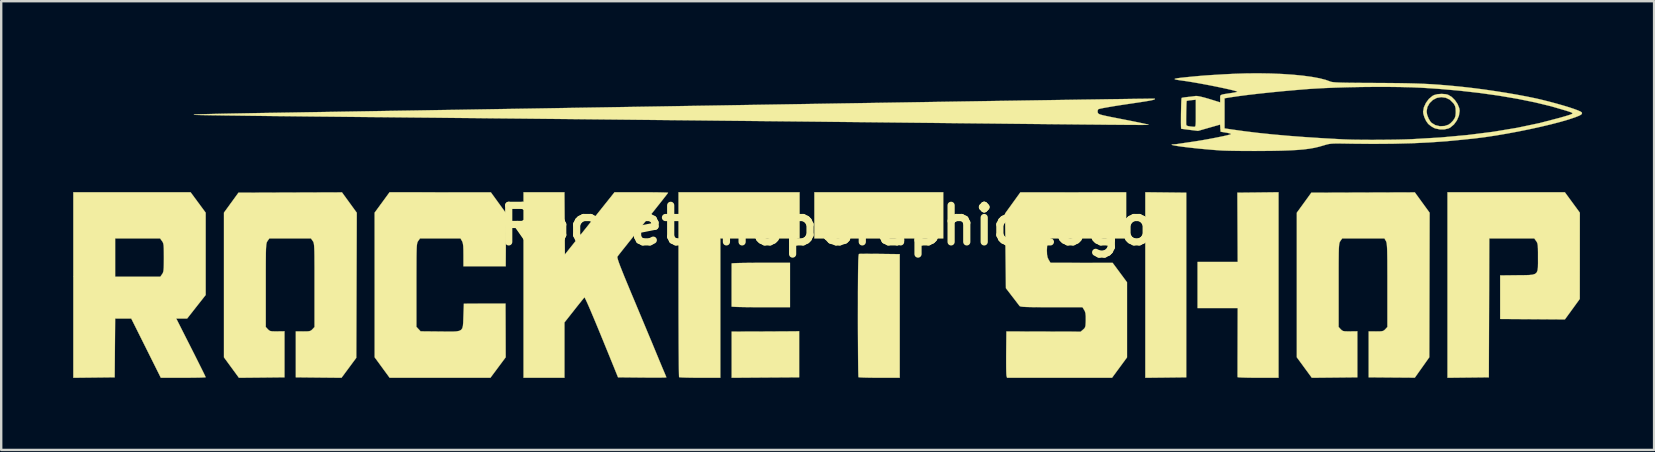
<source format=kicad_pcb>
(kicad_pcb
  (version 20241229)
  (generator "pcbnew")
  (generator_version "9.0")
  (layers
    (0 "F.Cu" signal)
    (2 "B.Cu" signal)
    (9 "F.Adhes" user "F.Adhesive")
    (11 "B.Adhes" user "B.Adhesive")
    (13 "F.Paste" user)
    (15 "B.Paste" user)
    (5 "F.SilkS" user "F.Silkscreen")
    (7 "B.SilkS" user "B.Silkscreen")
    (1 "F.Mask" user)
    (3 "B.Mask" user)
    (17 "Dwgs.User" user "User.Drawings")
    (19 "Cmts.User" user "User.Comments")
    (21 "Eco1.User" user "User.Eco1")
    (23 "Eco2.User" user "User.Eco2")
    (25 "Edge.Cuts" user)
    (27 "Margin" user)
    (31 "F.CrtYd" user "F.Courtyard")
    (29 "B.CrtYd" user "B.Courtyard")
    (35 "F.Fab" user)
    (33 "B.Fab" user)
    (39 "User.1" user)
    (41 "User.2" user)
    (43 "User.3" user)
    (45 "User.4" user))
  (footprint "RocketShopGraphicLogo"
    (layer "F.Cu")
    (at 31.392 6.34)
    (property "Reference" "RocketShopGraphicLogo" (at 0 0 0) (layer "F.SilkS") (effects (font (size 1.524 1.524) (thickness 0.3))))
    (attr through_hole)
    (fp_poly (pts (xy 4.862 0.544) (xy -0.508 0.544) (xy -0.508 -1.379) (xy 4.862 -1.379) (xy 4.862 0.544)) (stroke (width 0.01) (type solid)) (fill yes) (layer "F.SilkS"))
    (fp_poly (pts (xy 14.988 -1.361) (xy 14.988 2.486) (xy 14.987 6.332) (xy 14.134 6.342) (xy 13.281 6.351) (xy 13.281 -1.38) (xy 14.988 -1.361)) (stroke (width 0.01) (type solid)) (fill yes) (layer "F.SilkS"))
    (fp_poly (pts (xy -1.143 6.332) (xy -2.549 6.341) (xy -3.955 6.351) (xy -3.955 4.427) (xy -2.64 4.423) (xy -2.334 4.421) (xy -2.049 4.42) (xy -1.792 4.419) (xy -1.574 4.417) (xy -1.402 4.416) (xy -1.285 4.415) (xy -1.234 4.413) (xy -1.143 4.409) (xy -1.143 6.332)) (stroke (width 0.01) (type solid)) (fill yes) (layer "F.SilkS"))
    (fp_poly (pts (xy -1.125 0.544) (xy -4.427 0.544) (xy -4.427 6.35) (xy -5.274 6.35) (xy -5.514 6.349) (xy -5.731 6.346) (xy -5.912 6.342) (xy -6.048 6.336) (xy -6.128 6.33) (xy -6.144 6.326) (xy -6.148 6.287) (xy -6.151 6.18) (xy -6.154 6.011) (xy -6.157 5.783) (xy -6.159 5.501) (xy -6.162 5.171) (xy -6.164 4.797) (xy -6.165 4.383) (xy -6.167 3.935) (xy -6.168 3.457) (xy -6.168 2.955) (xy -6.169 2.461) (xy -6.169 -1.379) (xy -1.125 -1.379) (xy -1.125 0.544)) (stroke (width 0.01) (type solid)) (fill yes) (layer "F.SilkS"))
    (fp_poly (pts (xy 18.832 6.35) (xy 17.98 6.35) (xy 17.739 6.349) (xy 17.525 6.346) (xy 17.347 6.341) (xy 17.215 6.335) (xy 17.139 6.328) (xy 17.125 6.323) (xy 17.125 6.282) (xy 17.124 6.176) (xy 17.125 6.013) (xy 17.125 5.802) (xy 17.125 5.55) (xy 17.126 5.266) (xy 17.127 4.956) (xy 17.127 4.871) (xy 17.131 3.447) (xy 15.458 3.447) (xy 15.458 1.524) (xy 17.131 1.524) (xy 17.124 0.082) (xy 17.117 -1.361) (xy 17.975 -1.37) (xy 18.832 -1.38) (xy 18.832 6.35)) (stroke (width 0.01) (type solid)) (fill yes) (layer "F.SilkS"))
    (fp_poly (pts (xy -1.524 3.411) (xy -2.74 3.411) (xy -3.028 3.41) (xy -3.293 3.408) (xy -3.524 3.404) (xy -3.715 3.4) (xy -3.855 3.394) (xy -3.938 3.388) (xy -3.957 3.384) (xy -3.957 3.344) (xy -3.957 3.244) (xy -3.957 3.095) (xy -3.957 2.91) (xy -3.957 2.701) (xy -3.957 2.48) (xy -3.957 2.26) (xy -3.957 2.051) (xy -3.956 1.867) (xy -3.956 1.719) (xy -3.956 1.62) (xy -3.955 1.587) (xy -3.921 1.581) (xy -3.821 1.575) (xy -3.666 1.57) (xy -3.464 1.566) (xy -3.223 1.563) (xy -2.951 1.561) (xy -2.74 1.56) (xy -1.524 1.56) (xy -1.524 3.411)) (stroke (width 0.01) (type solid)) (fill yes) (layer "F.SilkS"))
    (fp_poly (pts (xy 31.387 -0.527) (xy 31.386 1.269) (xy 31.385 3.066) (xy 31.075 3.493) (xy 30.764 3.92) (xy 29.416 3.91) (xy 28.067 3.901) (xy 28.067 2.086) (xy 28.786 2.078) (xy 29.057 2.076) (xy 29.264 2.071) (xy 29.416 2.056) (xy 29.521 2.023) (xy 29.588 1.966) (xy 29.625 1.876) (xy 29.641 1.747) (xy 29.645 1.571) (xy 29.644 1.339) (xy 29.644 1.332) (xy 29.644 1.114) (xy 29.641 0.956) (xy 29.635 0.845) (xy 29.623 0.768) (xy 29.604 0.713) (xy 29.577 0.668) (xy 29.566 0.652) (xy 29.487 0.544) (xy 27.614 0.544) (xy 27.605 3.438) (xy 27.595 6.332) (xy 25.872 6.351) (xy 25.872 -1.379) (xy 30.763 -1.379) (xy 31.387 -0.527)) (stroke (width 0.01) (type solid)) (fill yes) (layer "F.SilkS"))
    (fp_poly (pts (xy 1.87 1.187) (xy 2.099 1.188) (xy 2.223 1.19) (xy 3.048 1.2) (xy 3.048 6.35) (xy 2.201 6.35) (xy 1.96 6.349) (xy 1.744 6.346) (xy 1.563 6.342) (xy 1.427 6.336) (xy 1.347 6.33) (xy 1.33 6.326) (xy 1.326 6.286) (xy 1.323 6.18) (xy 1.319 6.013) (xy 1.316 5.791) (xy 1.313 5.52) (xy 1.311 5.206) (xy 1.309 4.855) (xy 1.307 4.472) (xy 1.306 4.063) (xy 1.306 3.753) (xy 1.307 3.242) (xy 1.307 2.798) (xy 1.309 2.419) (xy 1.311 2.1) (xy 1.314 1.836) (xy 1.318 1.624) (xy 1.322 1.46) (xy 1.328 1.339) (xy 1.335 1.256) (xy 1.343 1.209) (xy 1.352 1.192) (xy 1.352 1.192) (xy 1.4 1.189) (xy 1.509 1.187) (xy 1.67 1.186) (xy 1.87 1.187)) (stroke (width 0.01) (type solid)) (fill yes) (layer "F.SilkS"))
    (fp_poly (pts (xy -25.872 -0.528) (xy -25.872 2.902) (xy -26.259 3.393) (xy -26.645 3.883) (xy -27.098 3.883) (xy -26.485 5.094) (xy -26.346 5.368) (xy -26.219 5.622) (xy -26.106 5.847) (xy -26.011 6.038) (xy -25.938 6.186) (xy -25.891 6.285) (xy -25.872 6.327) (xy -25.872 6.328) (xy -25.906 6.334) (xy -26.004 6.339) (xy -26.155 6.344) (xy -26.35 6.347) (xy -26.579 6.349) (xy -26.806 6.35) (xy -27.741 6.35) (xy -28.357 5.116) (xy -28.973 3.883) (xy -29.644 3.883) (xy -29.664 6.332) (xy -31.387 6.351) (xy -31.387 0.544) (xy -29.645 0.544) (xy -29.645 2.141) (xy -27.764 2.141) (xy -27.688 2.035) (xy -27.66 1.99) (xy -27.64 1.937) (xy -27.627 1.865) (xy -27.619 1.761) (xy -27.615 1.612) (xy -27.613 1.407) (xy -27.613 1.345) (xy -27.614 1.124) (xy -27.617 0.963) (xy -27.623 0.85) (xy -27.635 0.772) (xy -27.653 0.716) (xy -27.679 0.671) (xy -27.693 0.652) (xy -27.772 0.544) (xy -29.645 0.544) (xy -31.387 0.544) (xy -31.387 -1.379) (xy -26.5 -1.379) (xy -25.872 -0.528)) (stroke (width 0.01) (type solid)) (fill yes) (layer "F.SilkS"))
    (fp_poly (pts (xy -13.988 -1.375) (xy -13.672 -0.939) (xy -13.355 -0.503) (xy -13.363 0.601) (xy -13.37 1.705) (xy -15.131 1.705) (xy -15.131 1.23) (xy -15.133 1.022) (xy -15.139 0.872) (xy -15.152 0.767) (xy -15.172 0.693) (xy -15.193 0.65) (xy -15.256 0.544) (xy -16.94 0.544) (xy -17.016 0.65) (xy -17.033 0.676) (xy -17.047 0.706) (xy -17.059 0.746) (xy -17.068 0.802) (xy -17.076 0.882) (xy -17.081 0.991) (xy -17.085 1.136) (xy -17.088 1.324) (xy -17.089 1.56) (xy -17.09 1.851) (xy -17.091 2.204) (xy -17.091 2.492) (xy -17.091 4.228) (xy -17.003 4.322) (xy -16.916 4.416) (xy -16.104 4.424) (xy -15.817 4.427) (xy -15.594 4.428) (xy -15.427 4.419) (xy -15.308 4.397) (xy -15.228 4.355) (xy -15.179 4.288) (xy -15.153 4.189) (xy -15.141 4.055) (xy -15.135 3.877) (xy -15.131 3.768) (xy -15.113 3.262) (xy -14.245 3.261) (xy -13.378 3.26) (xy -13.374 4.379) (xy -13.371 5.497) (xy -14.006 6.35) (xy -18.207 6.35) (xy -18.519 5.924) (xy -18.831 5.497) (xy -18.831 2.484) (xy -18.832 -0.529) (xy -18.521 -0.954) (xy -18.21 -1.379) (xy -13.988 -1.375)) (stroke (width 0.01) (type solid)) (fill yes) (layer "F.SilkS"))
    (fp_poly (pts (xy 12.482 0.544) (xy 9.331 0.544) (xy 9.256 0.666) (xy 9.212 0.759) (xy 9.188 0.873) (xy 9.18 1.03) (xy 9.18 1.052) (xy 9.186 1.217) (xy 9.208 1.334) (xy 9.25 1.428) (xy 9.256 1.438) (xy 9.331 1.56) (xy 10.626 1.562) (xy 11.92 1.563) (xy 12.219 1.967) (xy 12.519 2.372) (xy 12.519 5.502) (xy 12.207 5.926) (xy 11.895 6.35) (xy 7.52 6.35) (xy 7.498 6.268) (xy 7.492 6.21) (xy 7.487 6.091) (xy 7.484 5.921) (xy 7.483 5.711) (xy 7.483 5.474) (xy 7.484 5.304) (xy 7.493 4.421) (xy 10.588 4.429) (xy 10.691 4.341) (xy 10.742 4.293) (xy 10.773 4.242) (xy 10.79 4.169) (xy 10.797 4.056) (xy 10.8 3.946) (xy 10.799 3.78) (xy 10.788 3.666) (xy 10.764 3.582) (xy 10.733 3.525) (xy 10.661 3.411) (xy 9.371 3.411) (xy 9.023 3.41) (xy 8.74 3.409) (xy 8.517 3.406) (xy 8.345 3.402) (xy 8.22 3.396) (xy 8.133 3.388) (xy 8.078 3.378) (xy 8.048 3.365) (xy 8.041 3.359) (xy 8.004 3.31) (xy 7.933 3.218) (xy 7.839 3.095) (xy 7.737 2.963) (xy 7.473 2.619) (xy 7.438 -0.494) (xy 8.074 -1.375) (xy 12.482 -1.379) (xy 12.482 0.544)) (stroke (width 0.01) (type solid)) (fill yes) (layer "F.SilkS"))
    (fp_poly (pts (xy -19.885 -0.951) (xy -19.576 -0.526) (xy -19.596 5.519) (xy -19.904 5.935) (xy -20.212 6.351) (xy -21.164 6.342) (xy -22.116 6.332) (xy -22.116 4.418) (xy -21.813 4.42) (xy -21.661 4.419) (xy -21.563 4.411) (xy -21.499 4.392) (xy -21.45 4.356) (xy -21.423 4.328) (xy -21.336 4.235) (xy -21.336 2.495) (xy -21.336 2.095) (xy -21.336 1.76) (xy -21.338 1.486) (xy -21.339 1.264) (xy -21.342 1.09) (xy -21.347 0.956) (xy -21.353 0.856) (xy -21.361 0.784) (xy -21.371 0.733) (xy -21.383 0.696) (xy -21.398 0.668) (xy -21.411 0.65) (xy -21.486 0.544) (xy -23.218 0.544) (xy -23.293 0.65) (xy -23.31 0.676) (xy -23.325 0.706) (xy -23.336 0.746) (xy -23.346 0.802) (xy -23.353 0.882) (xy -23.359 0.991) (xy -23.363 1.136) (xy -23.365 1.323) (xy -23.367 1.559) (xy -23.368 1.85) (xy -23.368 2.202) (xy -23.368 2.495) (xy -23.368 4.235) (xy -23.282 4.328) (xy -23.233 4.374) (xy -23.181 4.402) (xy -23.105 4.415) (xy -22.988 4.418) (xy -22.891 4.418) (xy -22.588 4.414) (xy -22.588 6.332) (xy -23.537 6.342) (xy -24.487 6.351) (xy -25.11 5.5) (xy -25.11 -0.53) (xy -24.808 -0.945) (xy -24.506 -1.361) (xy -22.349 -1.368) (xy -20.193 -1.375) (xy -19.885 -0.951)) (stroke (width 0.01) (type solid)) (fill yes) (layer "F.SilkS"))
    (fp_poly (pts (xy 24.819 -0.951) (xy 25.128 -0.526) (xy 25.121 2.486) (xy 25.114 5.497) (xy 24.813 5.922) (xy 24.511 6.347) (xy 23.549 6.34) (xy 22.588 6.332) (xy 22.588 4.418) (xy 22.891 4.42) (xy 23.043 4.419) (xy 23.141 4.411) (xy 23.205 4.392) (xy 23.254 4.356) (xy 23.281 4.328) (xy 23.368 4.235) (xy 23.368 2.495) (xy 23.368 2.091) (xy 23.367 1.754) (xy 23.366 1.476) (xy 23.363 1.252) (xy 23.36 1.074) (xy 23.355 0.938) (xy 23.348 0.836) (xy 23.34 0.762) (xy 23.33 0.709) (xy 23.317 0.672) (xy 23.306 0.65) (xy 23.243 0.544) (xy 21.486 0.544) (xy 21.411 0.65) (xy 21.394 0.676) (xy 21.379 0.706) (xy 21.368 0.746) (xy 21.358 0.802) (xy 21.351 0.882) (xy 21.345 0.991) (xy 21.341 1.136) (xy 21.339 1.323) (xy 21.337 1.559) (xy 21.336 1.85) (xy 21.336 2.202) (xy 21.336 2.495) (xy 21.336 4.235) (xy 21.422 4.328) (xy 21.471 4.374) (xy 21.523 4.402) (xy 21.599 4.415) (xy 21.716 4.418) (xy 21.813 4.418) (xy 22.116 4.414) (xy 22.116 6.332) (xy 21.168 6.342) (xy 20.219 6.351) (xy 19.907 5.925) (xy 19.594 5.498) (xy 19.594 -0.527) (xy 20.199 -1.361) (xy 22.355 -1.368) (xy 24.511 -1.375) (xy 24.819 -0.951)) (stroke (width 0.01) (type solid)) (fill yes) (layer "F.SilkS"))
    (fp_poly (pts (xy 25.8 -5.465) (xy 25.897 -5.441) (xy 26.045 -5.353) (xy 26.183 -5.217) (xy 26.293 -5.054) (xy 26.363 -4.883) (xy 26.379 -4.772) (xy 26.349 -4.57) (xy 26.265 -4.373) (xy 26.14 -4.202) (xy 25.986 -4.075) (xy 25.918 -4.04) (xy 25.747 -3.999) (xy 25.551 -3.999) (xy 25.364 -4.038) (xy 25.309 -4.06) (xy 25.19 -4.13) (xy 25.082 -4.216) (xy 25.066 -4.232) (xy 24.983 -4.348) (xy 24.912 -4.497) (xy 24.866 -4.646) (xy 24.856 -4.731) (xy 24.859 -4.748) (xy 25.002 -4.748) (xy 25.002 -4.746) (xy 25.025 -4.605) (xy 25.085 -4.451) (xy 25.165 -4.319) (xy 25.211 -4.27) (xy 25.37 -4.174) (xy 25.559 -4.13) (xy 25.757 -4.141) (xy 25.915 -4.195) (xy 25.999 -4.256) (xy 26.089 -4.347) (xy 26.115 -4.379) (xy 26.175 -4.47) (xy 26.205 -4.561) (xy 26.216 -4.682) (xy 26.216 -4.735) (xy 26.211 -4.874) (xy 26.188 -4.972) (xy 26.139 -5.06) (xy 26.115 -5.092) (xy 25.971 -5.236) (xy 25.802 -5.317) (xy 25.617 -5.342) (xy 25.432 -5.313) (xy 25.264 -5.226) (xy 25.127 -5.094) (xy 25.035 -4.93) (xy 25.002 -4.748) (xy 24.859 -4.748) (xy 24.888 -4.915) (xy 24.973 -5.101) (xy 25.096 -5.267) (xy 25.245 -5.392) (xy 25.317 -5.43) (xy 25.458 -5.466) (xy 25.632 -5.478) (xy 25.8 -5.465)) (stroke (width 0.01) (type solid)) (fill yes) (layer "F.SilkS"))
    (fp_poly (pts (xy -10.913 -0.083) (xy -10.904 1.213) (xy -9.87 -0.083) (xy -8.836 -1.379) (xy -7.72 -1.379) (xy -7.444 -1.378) (xy -7.192 -1.377) (xy -6.975 -1.374) (xy -6.799 -1.37) (xy -6.675 -1.366) (xy -6.611 -1.361) (xy -6.604 -1.359) (xy -6.626 -1.328) (xy -6.689 -1.246) (xy -6.789 -1.118) (xy -6.92 -0.952) (xy -7.079 -0.751) (xy -7.261 -0.523) (xy -7.461 -0.273) (xy -7.639 -0.051) (xy -7.853 0.215) (xy -8.053 0.466) (xy -8.236 0.695) (xy -8.396 0.896) (xy -8.529 1.063) (xy -8.629 1.19) (xy -8.692 1.272) (xy -8.713 1.3) (xy -8.718 1.327) (xy -8.709 1.377) (xy -8.687 1.456) (xy -8.648 1.57) (xy -8.591 1.722) (xy -8.513 1.918) (xy -8.414 2.164) (xy -8.29 2.463) (xy -8.141 2.822) (xy -8.053 3.031) (xy -7.91 3.372) (xy -7.772 3.703) (xy -7.641 4.015) (xy -7.521 4.302) (xy -7.416 4.554) (xy -7.328 4.764) (xy -7.261 4.923) (xy -7.22 5.024) (xy -7.219 5.026) (xy -7.14 5.217) (xy -7.052 5.429) (xy -6.972 5.624) (xy -6.956 5.661) (xy -6.888 5.824) (xy -6.821 5.985) (xy -6.765 6.116) (xy -6.753 6.144) (xy -6.71 6.246) (xy -6.682 6.316) (xy -6.677 6.335) (xy -6.711 6.339) (xy -6.809 6.342) (xy -6.962 6.344) (xy -7.159 6.344) (xy -7.392 6.344) (xy -7.651 6.342) (xy -7.683 6.342) (xy -8.69 6.332) (xy -8.837 5.969) (xy -9.08 5.372) (xy -9.297 4.841) (xy -9.487 4.378) (xy -9.652 3.981) (xy -9.791 3.651) (xy -9.903 3.389) (xy -9.99 3.194) (xy -10.05 3.066) (xy -10.084 3.006) (xy -10.091 3.001) (xy -10.122 3.038) (xy -10.19 3.122) (xy -10.287 3.243) (xy -10.406 3.392) (xy -10.521 3.538) (xy -10.922 4.046) (xy -10.922 5.198) (xy -10.922 6.35) (xy -12.627 6.35) (xy -12.627 -1.379) (xy -10.923 -1.379) (xy -10.913 -0.083)) (stroke (width 0.01) (type solid)) (fill yes) (layer "F.SilkS"))
    (fp_poly (pts (xy 13.674 -5.279) (xy 13.681 -5.264) (xy 13.666 -5.249) (xy 13.623 -5.232) (xy 13.545 -5.213) (xy 13.426 -5.19) (xy 13.26 -5.162) (xy 13.039 -5.128) (xy 12.758 -5.086) (xy 12.503 -5.048) (xy 12.222 -5.006) (xy 11.964 -4.965) (xy 11.737 -4.926) (xy 11.55 -4.893) (xy 11.413 -4.865) (xy 11.333 -4.845) (xy 11.318 -4.838) (xy 11.293 -4.772) (xy 11.298 -4.706) (xy 11.308 -4.679) (xy 11.327 -4.656) (xy 11.363 -4.634) (xy 11.426 -4.611) (xy 11.522 -4.586) (xy 11.66 -4.555) (xy 11.847 -4.516) (xy 12.093 -4.468) (xy 12.291 -4.429) (xy 12.552 -4.378) (xy 12.793 -4.33) (xy 13.004 -4.287) (xy 13.174 -4.251) (xy 13.294 -4.225) (xy 13.353 -4.21) (xy 13.353 -4.21) (xy 13.365 -4.207) (xy 13.379 -4.204) (xy 13.393 -4.201) (xy 13.406 -4.198) (xy 13.415 -4.195) (xy 13.418 -4.193) (xy 13.413 -4.191) (xy 13.398 -4.189) (xy 13.37 -4.188) (xy 13.328 -4.187) (xy 13.269 -4.186) (xy 13.192 -4.185) (xy 13.093 -4.185) (xy 12.972 -4.185) (xy 12.826 -4.186) (xy 12.652 -4.186) (xy 12.449 -4.188) (xy 12.215 -4.19) (xy 11.947 -4.192) (xy 11.643 -4.194) (xy 11.302 -4.198) (xy 10.92 -4.201) (xy 10.497 -4.205) (xy 10.029 -4.21) (xy 9.515 -4.215) (xy 8.953 -4.221) (xy 8.34 -4.227) (xy 7.674 -4.234) (xy 6.953 -4.242) (xy 6.176 -4.25) (xy 5.339 -4.259) (xy 4.442 -4.269) (xy 3.48 -4.279) (xy 2.454 -4.29) (xy 1.36 -4.302) (xy 0.196 -4.314) (xy -0.236 -4.319) (xy -1.271 -4.33) (xy -2.323 -4.341) (xy -3.389 -4.352) (xy -4.463 -4.363) (xy -5.54 -4.375) (xy -6.617 -4.386) (xy -7.689 -4.397) (xy -8.75 -4.408) (xy -9.796 -4.419) (xy -10.824 -4.43) (xy -11.827 -4.44) (xy -12.802 -4.45) (xy -13.744 -4.459) (xy -14.648 -4.469) (xy -15.51 -4.477) (xy -16.325 -4.486) (xy -17.088 -4.493) (xy -17.795 -4.5) (xy -18.442 -4.507) (xy -19.023 -4.512) (xy -19.322 -4.515) (xy -20.004 -4.522) (xy -20.673 -4.529) (xy -21.323 -4.535) (xy -21.952 -4.542) (xy -22.556 -4.549) (xy -23.129 -4.555) (xy -23.667 -4.562) (xy -24.168 -4.568) (xy -24.625 -4.574) (xy -25.036 -4.579) (xy -25.396 -4.585) (xy -25.7 -4.589) (xy -25.946 -4.594) (xy -26.127 -4.597) (xy -26.241 -4.601) (xy -26.253 -4.601) (xy -26.334 -4.605) (xy -26.368 -4.61) (xy -26.352 -4.615) (xy -26.283 -4.62) (xy -26.161 -4.626) (xy -25.982 -4.632) (xy -25.745 -4.638) (xy -25.448 -4.645) (xy -25.089 -4.653) (xy -24.666 -4.661) (xy -24.176 -4.67) (xy -23.618 -4.68) (xy -22.989 -4.69) (xy -22.933 -4.691) (xy -22.626 -4.696) (xy -22.25 -4.702) (xy -21.807 -4.71) (xy -21.301 -4.718) (xy -20.735 -4.727) (xy -20.112 -4.738) (xy -19.435 -4.749) (xy -18.707 -4.761) (xy -17.931 -4.774) (xy -17.11 -4.787) (xy -16.247 -4.802) (xy -15.346 -4.816) (xy -14.409 -4.832) (xy -13.44 -4.848) (xy -12.442 -4.864) (xy -11.417 -4.881) (xy -10.369 -4.899) (xy -9.301 -4.916) (xy -8.216 -4.934) (xy -7.117 -4.952) (xy -6.008 -4.971) (xy -4.89 -4.989) (xy -3.768 -5.008) (xy -2.669 -5.026) (xy -1.585 -5.044) (xy -0.518 -5.061) (xy 0.527 -5.079) (xy 1.55 -5.095) (xy 2.548 -5.111) (xy 3.518 -5.127) (xy 4.458 -5.142) (xy 5.366 -5.157) (xy 6.24 -5.171) (xy 7.077 -5.184) (xy 7.875 -5.196) (xy 8.632 -5.208) (xy 9.345 -5.219) (xy 10.012 -5.229) (xy 10.631 -5.239) (xy 11.2 -5.247) (xy 11.716 -5.255) (xy 12.177 -5.261) (xy 12.581 -5.267) (xy 12.925 -5.272) (xy 13.207 -5.275) (xy 13.425 -5.278) (xy 13.576 -5.279) (xy 13.659 -5.279) (xy 13.674 -5.279)) (stroke (width 0.01) (type solid)) (fill yes) (layer "F.SilkS"))
    (fp_poly (pts (xy 18.511 -6.327) (xy 18.986 -6.307) (xy 19.433 -6.277) (xy 19.846 -6.237) (xy 20.217 -6.187) (xy 20.537 -6.128) (xy 20.799 -6.061) (xy 20.964 -6.001) (xy 21.002 -5.987) (xy 21.052 -5.975) (xy 21.121 -5.965) (xy 21.214 -5.957) (xy 21.339 -5.951) (xy 21.501 -5.946) (xy 21.706 -5.942) (xy 21.962 -5.939) (xy 22.274 -5.936) (xy 22.65 -5.934) (xy 22.878 -5.933) (xy 23.377 -5.93) (xy 23.814 -5.926) (xy 24.202 -5.919) (xy 24.551 -5.91) (xy 24.874 -5.898) (xy 25.182 -5.882) (xy 25.486 -5.862) (xy 25.797 -5.837) (xy 26.128 -5.807) (xy 26.49 -5.771) (xy 26.525 -5.767) (xy 26.946 -5.719) (xy 27.397 -5.661) (xy 27.862 -5.593) (xy 28.327 -5.52) (xy 28.774 -5.443) (xy 29.19 -5.365) (xy 29.558 -5.289) (xy 29.754 -5.244) (xy 30.083 -5.162) (xy 30.394 -5.079) (xy 30.68 -4.998) (xy 30.934 -4.921) (xy 31.147 -4.85) (xy 31.313 -4.788) (xy 31.424 -4.738) (xy 31.472 -4.701) (xy 31.473 -4.7) (xy 31.475 -4.655) (xy 31.44 -4.613) (xy 31.356 -4.568) (xy 31.212 -4.511) (xy 31.201 -4.506) (xy 30.919 -4.412) (xy 30.577 -4.312) (xy 30.185 -4.21) (xy 29.757 -4.108) (xy 29.302 -4.008) (xy 28.833 -3.913) (xy 28.362 -3.825) (xy 27.899 -3.746) (xy 27.457 -3.679) (xy 27.047 -3.627) (xy 26.906 -3.611) (xy 26.753 -3.596) (xy 26.599 -3.58) (xy 26.525 -3.572) (xy 25.84 -3.506) (xy 25.131 -3.456) (xy 24.389 -3.421) (xy 23.604 -3.401) (xy 22.768 -3.395) (xy 21.871 -3.403) (xy 21.717 -3.406) (xy 21.467 -3.41) (xy 21.276 -3.412) (xy 21.131 -3.409) (xy 21.018 -3.402) (xy 20.923 -3.388) (xy 20.834 -3.368) (xy 20.736 -3.339) (xy 20.7 -3.328) (xy 20.515 -3.275) (xy 20.322 -3.23) (xy 20.113 -3.194) (xy 19.88 -3.164) (xy 19.613 -3.142) (xy 19.306 -3.125) (xy 18.949 -3.112) (xy 18.535 -3.104) (xy 18.179 -3.101) (xy 17.853 -3.099) (xy 17.529 -3.1) (xy 17.22 -3.102) (xy 16.938 -3.106) (xy 16.695 -3.111) (xy 16.503 -3.117) (xy 16.401 -3.123) (xy 16.107 -3.145) (xy 15.816 -3.17) (xy 15.534 -3.196) (xy 15.269 -3.224) (xy 15.026 -3.252) (xy 14.812 -3.278) (xy 14.633 -3.304) (xy 14.497 -3.327) (xy 14.409 -3.346) (xy 14.376 -3.362) (xy 14.405 -3.372) (xy 14.46 -3.376) (xy 14.566 -3.383) (xy 14.641 -3.393) (xy 14.702 -3.403) (xy 14.82 -3.42) (xy 14.979 -3.444) (xy 15.166 -3.471) (xy 15.241 -3.482) (xy 15.45 -3.514) (xy 15.679 -3.552) (xy 15.917 -3.595) (xy 16.151 -3.639) (xy 16.37 -3.683) (xy 16.562 -3.723) (xy 16.714 -3.758) (xy 16.815 -3.786) (xy 16.848 -3.799) (xy 16.838 -3.817) (xy 16.77 -3.84) (xy 16.66 -3.863) (xy 16.655 -3.863) (xy 16.419 -3.901) (xy 16.408 -4.05) (xy 16.397 -4.199) (xy 15.937 -4.068) (xy 15.476 -3.936) (xy 15.131 -3.979) (xy 14.982 -3.997) (xy 14.864 -4.013) (xy 14.792 -4.022) (xy 14.777 -4.025) (xy 14.772 -4.061) (xy 14.768 -4.155) (xy 14.766 -4.294) (xy 14.767 -4.422) (xy 14.982 -4.422) (xy 14.983 -4.282) (xy 14.984 -4.202) (xy 15 -4.165) (xy 15.053 -4.138) (xy 15.155 -4.12) (xy 15.303 -4.106) (xy 15.334 -4.106) (xy 15.356 -4.117) (xy 15.371 -4.15) (xy 15.379 -4.215) (xy 15.384 -4.324) (xy 15.385 -4.485) (xy 15.385 -4.667) (xy 15.385 -5.234) (xy 15.203 -5.217) (xy 15.096 -5.204) (xy 15.023 -5.191) (xy 15.005 -5.184) (xy 15 -5.145) (xy 14.995 -5.05) (xy 14.991 -4.914) (xy 14.987 -4.754) (xy 14.984 -4.584) (xy 14.982 -4.422) (xy 14.767 -4.422) (xy 14.767 -4.463) (xy 14.768 -4.647) (xy 14.772 -4.833) (xy 14.776 -5.006) (xy 14.781 -5.153) (xy 14.787 -5.258) (xy 14.794 -5.308) (xy 14.796 -5.31) (xy 14.843 -5.322) (xy 14.941 -5.337) (xy 15.059 -5.35) (xy 15.197 -5.365) (xy 15.319 -5.381) (xy 15.386 -5.391) (xy 15.457 -5.387) (xy 15.58 -5.364) (xy 15.742 -5.324) (xy 15.927 -5.271) (xy 15.94 -5.267) (xy 16.401 -5.124) (xy 16.401 -5.282) (xy 16.401 -5.294) (xy 16.583 -5.294) (xy 16.583 -4.04) (xy 16.864 -3.998) (xy 17.409 -3.922) (xy 17.982 -3.852) (xy 18.589 -3.789) (xy 19.239 -3.731) (xy 19.938 -3.678) (xy 20.694 -3.629) (xy 21.515 -3.584) (xy 21.554 -3.582) (xy 21.776 -3.574) (xy 22.055 -3.568) (xy 22.378 -3.565) (xy 22.729 -3.563) (xy 23.093 -3.565) (xy 23.455 -3.568) (xy 23.801 -3.573) (xy 24.116 -3.581) (xy 24.384 -3.591) (xy 25.578 -3.661) (xy 26.707 -3.764) (xy 27.772 -3.898) (xy 28.775 -4.065) (xy 29.715 -4.263) (xy 30.553 -4.482) (xy 30.779 -4.547) (xy 30.94 -4.596) (xy 31.039 -4.632) (xy 31.082 -4.661) (xy 31.07 -4.687) (xy 31.009 -4.716) (xy 30.903 -4.751) (xy 30.802 -4.783) (xy 30.194 -4.961) (xy 29.523 -5.124) (xy 28.795 -5.272) (xy 28.018 -5.404) (xy 27.199 -5.519) (xy 26.347 -5.615) (xy 25.468 -5.691) (xy 24.801 -5.734) (xy 24.381 -5.752) (xy 23.903 -5.764) (xy 23.383 -5.77) (xy 22.835 -5.77) (xy 22.276 -5.765) (xy 21.719 -5.754) (xy 21.179 -5.738) (xy 20.673 -5.717) (xy 20.214 -5.691) (xy 20.03 -5.678) (xy 19.511 -5.635) (xy 18.994 -5.589) (xy 18.49 -5.539) (xy 18.009 -5.488) (xy 17.563 -5.436) (xy 17.162 -5.384) (xy 16.819 -5.334) (xy 16.701 -5.314) (xy 16.583 -5.294) (xy 16.401 -5.294) (xy 16.4 -5.348) (xy 16.405 -5.394) (xy 16.427 -5.425) (xy 16.477 -5.448) (xy 16.567 -5.468) (xy 16.708 -5.49) (xy 16.869 -5.514) (xy 16.99 -5.534) (xy 17.079 -5.553) (xy 17.115 -5.564) (xy 17.092 -5.581) (xy 17.006 -5.608) (xy 16.868 -5.644) (xy 16.686 -5.686) (xy 16.471 -5.733) (xy 16.231 -5.783) (xy 15.976 -5.834) (xy 15.715 -5.883) (xy 15.458 -5.93) (xy 15.214 -5.972) (xy 14.993 -6.007) (xy 14.859 -6.026) (xy 14.703 -6.048) (xy 14.589 -6.066) (xy 14.521 -6.083) (xy 14.5 -6.098) (xy 14.532 -6.114) (xy 14.62 -6.131) (xy 14.766 -6.15) (xy 14.975 -6.172) (xy 15.25 -6.199) (xy 15.513 -6.223) (xy 15.709 -6.24) (xy 15.958 -6.257) (xy 16.244 -6.275) (xy 16.546 -6.293) (xy 16.848 -6.308) (xy 17.001 -6.316) (xy 17.51 -6.332) (xy 18.016 -6.335) (xy 18.511 -6.327)) (stroke (width 0.01) (type solid)) (fill yes) (layer "F.SilkS")))
  (gr_rect
    (start -3 -3)
    (end 65.873 15.697)
    (stroke (width 0.1) (type default))
    (fill no)
    (layer "Edge.Cuts")))
</source>
